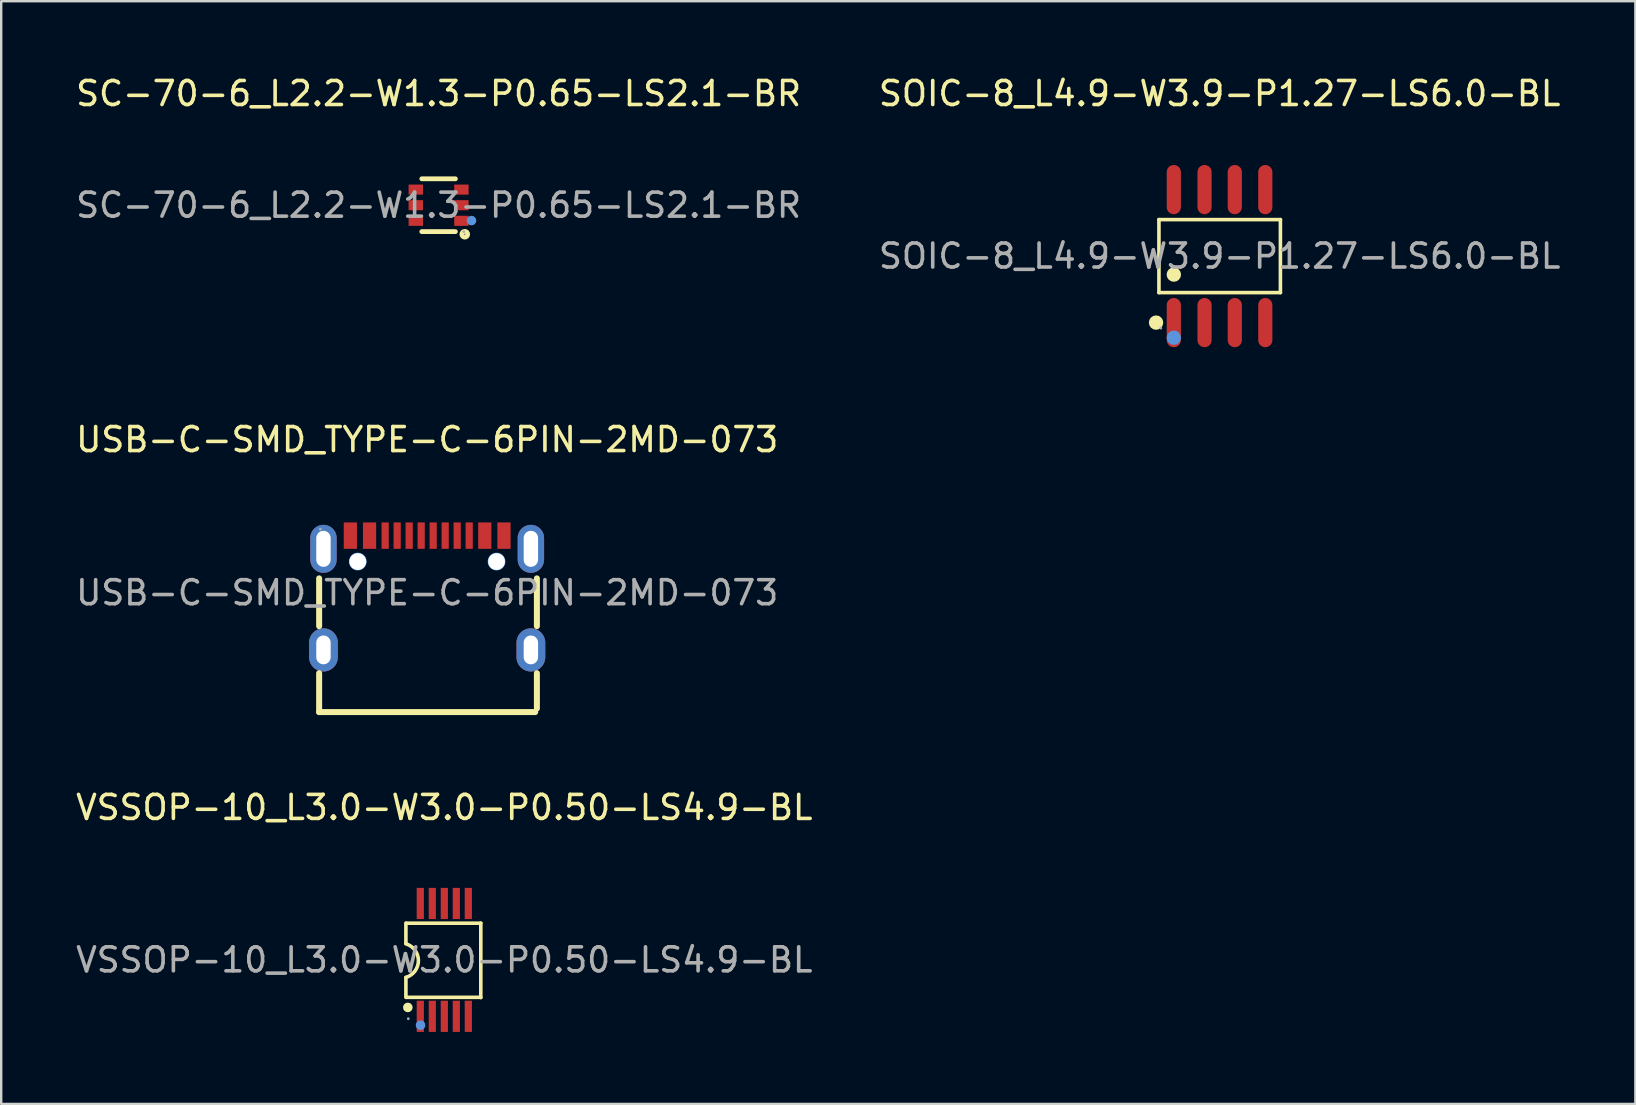
<source format=kicad_pcb>
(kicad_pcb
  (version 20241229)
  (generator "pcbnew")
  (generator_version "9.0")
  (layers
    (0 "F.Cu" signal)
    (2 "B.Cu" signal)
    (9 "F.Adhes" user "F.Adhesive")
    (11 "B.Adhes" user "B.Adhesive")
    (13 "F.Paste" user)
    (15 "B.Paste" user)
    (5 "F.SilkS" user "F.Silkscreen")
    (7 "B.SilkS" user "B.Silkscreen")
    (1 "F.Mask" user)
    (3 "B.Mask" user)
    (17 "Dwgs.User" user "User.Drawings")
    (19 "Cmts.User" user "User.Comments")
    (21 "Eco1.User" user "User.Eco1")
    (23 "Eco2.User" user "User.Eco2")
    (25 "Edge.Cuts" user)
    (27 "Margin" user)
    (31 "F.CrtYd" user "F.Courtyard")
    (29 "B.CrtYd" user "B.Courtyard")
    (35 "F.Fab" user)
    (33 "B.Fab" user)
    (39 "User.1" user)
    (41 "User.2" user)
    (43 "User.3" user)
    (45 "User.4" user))
  (footprint "SC-70-6_L2.2-W1.3-P0.65-LS2.1-BR"
    (layer "F.Cu")
    (at 15.22 5.498)
    (property "Reference" "SC-70-6_L2.2-W1.3-P0.65-LS2.1-BR" (at 0 -4.65 0) (layer "F.SilkS") (effects (font (size 1 1) (thickness 0.15))))
    (attr smd)
    (fp_line (start -0.7 -1.1) (end 0.7 -1.1) (stroke (width 0.2) (type solid)) (layer "F.SilkS"))
    (fp_line (start -0.7 1.1) (end 0.7 1.1) (stroke (width 0.2) (type solid)) (layer "F.SilkS"))
    (fp_arc (start 1.1 1.09) (mid 1.085013 1.330313) (end 1.089966 1.089584) (stroke (width 0.2) (type solid)) (layer "F.SilkS"))
    (fp_circle (center 1.37 0.64) (end 1.47 0.64) (stroke (width 0.2) (type solid)) (fill no) (layer "Cmts.User"))
    (fp_circle (center 1.05 1.1) (end 1.08 1.1) (stroke (width 0.06) (type solid)) (fill no) (layer "F.Fab"))
    (fp_text user "${REFERENCE}" (at 0 0 0) (layer "F.Fab") (effects (font (size 1 1) (thickness 0.15))))
    (pad "1" smd rect (at 0.95 0.65 90) (size 0.42 0.6) (layers "F.Cu" "F.Mask" "F.Paste"))
    (pad "2" smd rect (at 0.95 0 90) (size 0.42 0.6) (layers "F.Cu" "F.Mask" "F.Paste"))
    (pad "3" smd rect (at 0.95 -0.65 90) (size 0.42 0.6) (layers "F.Cu" "F.Mask" "F.Paste"))
    (pad "4" smd rect (at -0.95 -0.65 270) (size 0.42 0.6) (layers "F.Cu" "F.Mask" "F.Paste"))
    (pad "5" smd rect (at -0.95 0 270) (size 0.42 0.6) (layers "F.Cu" "F.Mask" "F.Paste"))
    (pad "6" smd rect (at -0.95 0.65 270) (size 0.42 0.6) (layers "F.Cu" "F.Mask" "F.Paste")))
  (footprint "SOIC-8_L4.9-W3.9-P1.27-LS6.0-BL"
    (layer "F.Cu")
    (at 47.756 7.618)
    (property "Reference" "SOIC-8_L4.9-W3.9-P1.27-LS6.0-BL" (at 0 -6.77 0) (layer "F.SilkS") (effects (font (size 1 1) (thickness 0.15))))
    (attr through_hole)
    (fp_line (start -2.53 -1.52) (end 2.53 -1.52) (stroke (width 0.15) (type solid)) (layer "F.SilkS"))
    (fp_line (start -2.53 1.52) (end -2.53 -1.52) (stroke (width 0.15) (type solid)) (layer "F.SilkS"))
    (fp_line (start 2.53 -1.52) (end 2.53 1.52) (stroke (width 0.15) (type solid)) (layer "F.SilkS"))
    (fp_line (start 2.53 1.52) (end -2.53 1.52) (stroke (width 0.15) (type solid)) (layer "F.SilkS"))
    (fp_circle (center -2.65 2.77) (end -2.5 2.77) (stroke (width 0.3) (type solid)) (fill no) (layer "F.SilkS"))
    (fp_circle (center -1.91 0.77) (end -1.76 0.77) (stroke (width 0.3) (type solid)) (fill no) (layer "F.SilkS"))
    (fp_circle (center -1.91 3.4) (end -1.76 3.4) (stroke (width 0.3) (type solid)) (fill no) (layer "Cmts.User"))
    (fp_circle (center -2.45 3) (end -2.42 3) (stroke (width 0.06) (type solid)) (fill no) (layer "F.Fab"))
    (fp_text user "${REFERENCE}" (at 0 0 0) (layer "F.Fab") (effects (font (size 1 1) (thickness 0.15))))
    (pad "1" smd oval (at -1.91 2.77) (size 0.59 2.05) (layers "F.Cu" "F.Mask" "F.Paste"))
    (pad "2" smd oval (at -0.63 2.77) (size 0.59 2.05) (layers "F.Cu" "F.Mask" "F.Paste"))
    (pad "3" smd oval (at 0.63 2.77) (size 0.59 2.05) (layers "F.Cu" "F.Mask" "F.Paste"))
    (pad "4" smd oval (at 1.9 2.77) (size 0.59 2.05) (layers "F.Cu" "F.Mask" "F.Paste"))
    (pad "5" smd oval (at 1.9 -2.77) (size 0.59 2.05) (layers "F.Cu" "F.Mask" "F.Paste"))
    (pad "6" smd oval (at 0.63 -2.77) (size 0.59 2.05) (layers "F.Cu" "F.Mask" "F.Paste"))
    (pad "7" smd oval (at -0.63 -2.77) (size 0.59 2.05) (layers "F.Cu" "F.Mask" "F.Paste"))
    (pad "8" smd oval (at -1.91 -2.77) (size 0.59 2.05) (layers "F.Cu" "F.Mask" "F.Paste")))
  (footprint "VSSOP-10_L3.0-W3.0-P0.50-LS4.9-BL"
    (layer "F.Cu")
    (at 15.458 36.935)
    (property "Reference" "VSSOP-10_L3.0-W3.0-P0.50-LS4.9-BL" (at 0 -6.35 0) (layer "F.SilkS") (effects (font (size 1 1) (thickness 0.15))))
    (attr smd)
    (fp_line (start -1.6 -1.53) (end -1.6 -0.7) (stroke (width 0.15) (type solid)) (layer "F.SilkS"))
    (fp_line (start -1.6 0.73) (end -1.6 1.56) (stroke (width 0.15) (type solid)) (layer "F.SilkS"))
    (fp_line (start -1.58 -1.53) (end 1.52 -1.53) (stroke (width 0.15) (type solid)) (layer "F.SilkS"))
    (fp_line (start -1.58 1.56) (end 1.52 1.56) (stroke (width 0.15) (type solid)) (layer "F.SilkS"))
    (fp_line (start 1.52 1.57) (end 1.52 -1.53) (stroke (width 0.15) (type solid)) (layer "F.SilkS"))
    (fp_arc (start -1.605241 -0.671551) (mid -1.079184 0.027267) (end -1.6 0.73) (stroke (width 0.15) (type solid)) (layer "F.SilkS"))
    (fp_circle (center -1.52 1.98) (end -1.42 1.98) (stroke (width 0.2) (type solid)) (fill no) (layer "F.SilkS"))
    (fp_circle (center -0.99 2.72) (end -0.89 2.72) (stroke (width 0.2) (type solid)) (fill no) (layer "Cmts.User"))
    (fp_circle (center -1.5 2.45) (end -1.47 2.45) (stroke (width 0.06) (type solid)) (fill no) (layer "F.Fab"))
    (fp_text user "${REFERENCE}" (at 0 0 0) (layer "F.Fab") (effects (font (size 1 1) (thickness 0.15))))
    (pad "1" smd rect (at -1 2.35) (size 0.3 1.3) (layers "F.Cu" "F.Mask" "F.Paste"))
    (pad "2" smd rect (at -0.5 2.35) (size 0.3 1.3) (layers "F.Cu" "F.Mask" "F.Paste"))
    (pad "3" smd rect (at 0 2.35) (size 0.3 1.3) (layers "F.Cu" "F.Mask" "F.Paste"))
    (pad "4" smd rect (at 0.5 2.35) (size 0.3 1.3) (layers "F.Cu" "F.Mask" "F.Paste"))
    (pad "5" smd rect (at 1 2.35) (size 0.3 1.3) (layers "F.Cu" "F.Mask" "F.Paste"))
    (pad "6" smd rect (at 1 -2.35) (size 0.3 1.3) (layers "F.Cu" "F.Mask" "F.Paste"))
    (pad "7" smd rect (at 0.5 -2.35) (size 0.3 1.3) (layers "F.Cu" "F.Mask" "F.Paste"))
    (pad "8" smd rect (at 0 -2.35) (size 0.3 1.3) (layers "F.Cu" "F.Mask" "F.Paste"))
    (pad "9" smd rect (at -0.5 -2.35) (size 0.3 1.3) (layers "F.Cu" "F.Mask" "F.Paste"))
    (pad "10" smd rect (at -1 -2.35) (size 0.3 1.3) (layers "F.Cu" "F.Mask" "F.Paste")))
  (footprint "USB-C-SMD_TYPE-C-6PIN-2MD-073"
    (layer "F.Cu")
    (at 14.744 21.642)
    (property "Reference" "USB-C-SMD_TYPE-C-6PIN-2MD-073" (at 0 -6.38 0) (layer "F.SilkS") (effects (font (size 1 1) (thickness 0.15))))
    (attr smd)
    (fp_line (start -4.5 1.39) (end -4.5 -0.6) (stroke (width 0.25) (type solid)) (layer "F.SilkS"))
    (fp_line (start -4.5 4.97) (end -4.5 3.35) (stroke (width 0.25) (type solid)) (layer "F.SilkS"))
    (fp_line (start 4.5 4.97) (end -4.5 4.97) (stroke (width 0.25) (type solid)) (layer "F.SilkS"))
    (fp_line (start 4.57 1.39) (end 4.57 -0.6) (stroke (width 0.25) (type solid)) (layer "F.SilkS"))
    (fp_line (start 4.57 4.82) (end 4.57 3.35) (stroke (width 0.25) (type solid)) (layer "F.SilkS"))
    (fp_circle (center -2.89 -1.3) (end -2.77 -1.3) (stroke (width 0.25) (type solid)) (fill no) (layer "Cmts.User"))
    (fp_circle (center 2.89 -1.3) (end 3.01 -1.3) (stroke (width 0.25) (type solid)) (fill no) (layer "Cmts.User"))
    (fp_circle (center -4.45 -2.65) (end -4.42 -2.65) (stroke (width 0.06) (type solid)) (fill no) (layer "F.Fab"))
    (fp_text user "${REFERENCE}" (at 0 0 0) (layer "F.Fab") (effects (font (size 1 1) (thickness 0.15))))
    (pad "" thru_hole circle (at -2.89 -1.3) (size 0.7 0.7) (drill 0.7) (layers "*.Cu" "*.Mask"))
    (pad "" thru_hole circle (at 2.89 -1.3) (size 0.7 0.7) (drill 0.7) (layers "*.Cu" "*.Mask"))
    (pad "1" smd rect (at -3.2 -2.38) (size 0.55 1.1) (layers "F.Cu" "F.Mask" "F.Paste"))
    (pad "2" smd rect (at -2.4 -2.38) (size 0.55 1.1) (layers "F.Cu" "F.Mask" "F.Paste"))
    (pad "3" smd rect (at -1.75 -2.38) (size 0.3 1.1) (layers "F.Cu" "F.Mask" "F.Paste"))
    (pad "4" smd rect (at -1.25 -2.38) (size 0.3 1.1) (layers "F.Cu" "F.Mask" "F.Paste"))
    (pad "5" smd rect (at -0.75 -2.38) (size 0.3 1.1) (layers "F.Cu" "F.Mask" "F.Paste"))
    (pad "6" smd rect (at -0.25 -2.38) (size 0.3 1.1) (layers "F.Cu" "F.Mask" "F.Paste"))
    (pad "7" smd rect (at 0.25 -2.38) (size 0.3 1.1) (layers "F.Cu" "F.Mask" "F.Paste"))
    (pad "8" smd rect (at 0.75 -2.38) (size 0.3 1.1) (layers "F.Cu" "F.Mask" "F.Paste"))
    (pad "9" smd rect (at 1.25 -2.38) (size 0.3 1.1) (layers "F.Cu" "F.Mask" "F.Paste"))
    (pad "10" smd rect (at 1.75 -2.38) (size 0.3 1.1) (layers "F.Cu" "F.Mask" "F.Paste"))
    (pad "11" smd rect (at 2.4 -2.38) (size 0.55 1.1) (layers "F.Cu" "F.Mask" "F.Paste"))
    (pad "12" smd rect (at 3.2 -2.38) (size 0.55 1.1) (layers "F.Cu" "F.Mask" "F.Paste"))
    (pad "13" thru_hole oval (at -4.32 -1.83) (size 1.1 2) (drill oval 0.6 1.5) (layers "*.Cu" "*.Mask"))
    (pad "13" thru_hole oval (at -4.32 2.38) (size 1.2 1.8) (drill oval 0.6 1.2) (layers "*.Cu" "*.Mask"))
    (pad "14" thru_hole oval (at 4.32 -1.83) (size 1.1 2) (drill oval 0.6 1.5) (layers "*.Cu" "*.Mask"))
    (pad "14" thru_hole oval (at 4.32 2.38) (size 1.2 1.8) (drill oval 0.6 1.2) (layers "*.Cu" "*.Mask")))
  (gr_rect
    (start -3 -3)
    (end 65.071 42.935)
    (stroke (width 0.1) (type default))
    (fill no)
    (layer "Edge.Cuts")))
</source>
